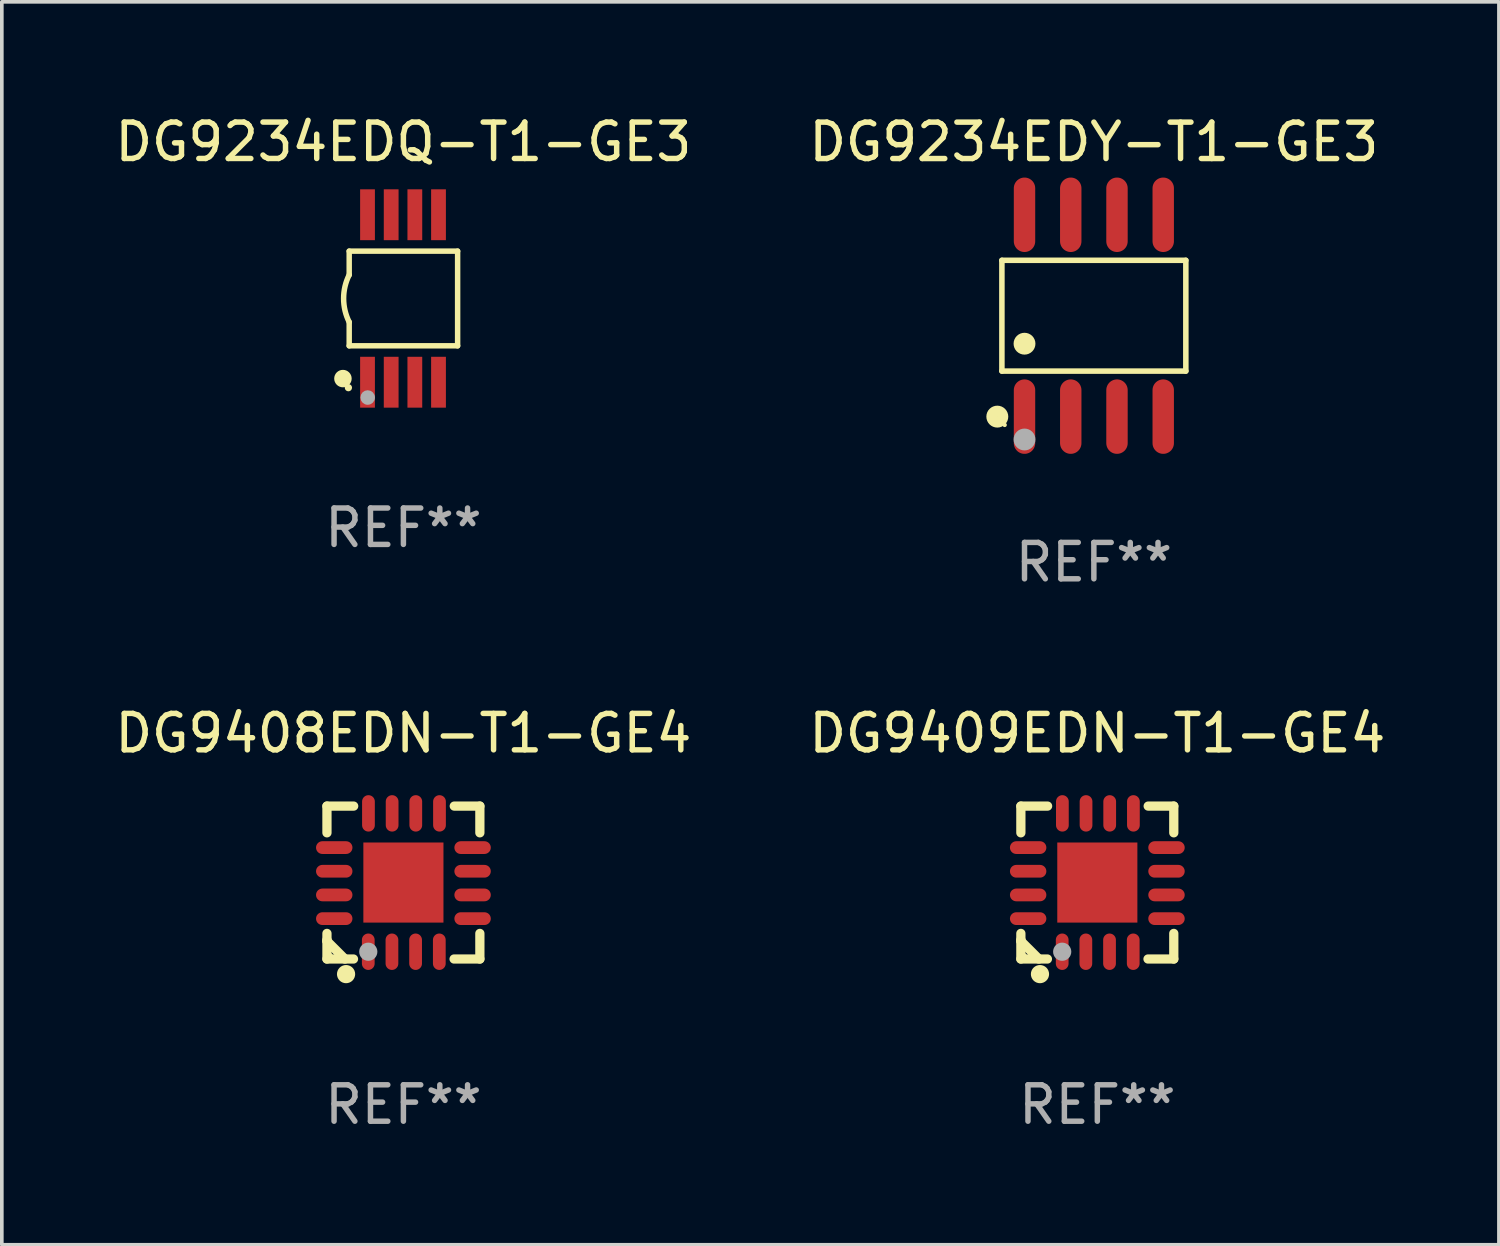
<source format=kicad_pcb>
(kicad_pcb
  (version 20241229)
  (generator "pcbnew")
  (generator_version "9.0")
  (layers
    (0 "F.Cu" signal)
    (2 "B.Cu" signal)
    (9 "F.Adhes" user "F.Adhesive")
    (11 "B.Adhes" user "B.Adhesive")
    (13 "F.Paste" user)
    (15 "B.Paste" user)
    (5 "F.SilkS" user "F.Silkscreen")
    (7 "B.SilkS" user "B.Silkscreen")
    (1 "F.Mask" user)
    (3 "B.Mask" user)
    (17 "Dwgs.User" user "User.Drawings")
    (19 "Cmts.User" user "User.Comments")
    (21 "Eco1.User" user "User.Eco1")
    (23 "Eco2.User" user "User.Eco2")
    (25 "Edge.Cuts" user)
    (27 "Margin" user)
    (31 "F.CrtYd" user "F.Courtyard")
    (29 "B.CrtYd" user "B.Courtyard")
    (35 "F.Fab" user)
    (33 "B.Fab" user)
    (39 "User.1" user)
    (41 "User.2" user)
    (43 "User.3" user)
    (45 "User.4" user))
  (footprint "DG9408EDN-T1-GE4"
    (layer "F.Cu")
    (at 8.03 21.19)
    (property "Reference" "DG9408EDN-T1-GE4" (at 0 -4.1 0) (layer "F.SilkS") (effects (font (size 1 1) (thickness 0.15))))
    (attr through_hole)
    (fp_line (start -2.1 -2.1) (end -1.366 -2.1) (stroke (width 0.254) (type solid)) (layer "F.SilkS"))
    (fp_line (start -2.1 -1.366) (end -2.1 -2.1) (stroke (width 0.254) (type solid)) (layer "F.SilkS"))
    (fp_line (start -2.1 1.572) (end -2.1 1.607) (stroke (width 0.254) (type solid)) (layer "F.SilkS"))
    (fp_line (start -2.1 1.607) (end -1.607 2.1) (stroke (width 0.254) (type solid)) (layer "F.SilkS"))
    (fp_line (start -2.1 2.1) (end -2.1 1.397) (stroke (width 0.254) (type solid)) (layer "F.SilkS"))
    (fp_line (start -2.1 2.1) (end -1.371 2.1) (stroke (width 0.254) (type solid)) (layer "F.SilkS"))
    (fp_line (start 1.392 2.1) (end 2.1 2.1) (stroke (width 0.254) (type solid)) (layer "F.SilkS"))
    (fp_line (start 1.397 -2.1) (end 2.1 -2.1) (stroke (width 0.254) (type solid)) (layer "F.SilkS"))
    (fp_line (start 2.1 -1.366) (end 2.1 -2.1) (stroke (width 0.254) (type solid)) (layer "F.SilkS"))
    (fp_line (start 2.1 2.1) (end 2.1 1.397) (stroke (width 0.254) (type solid)) (layer "F.SilkS"))
    (fp_circle (center -2 2) (end -1.97 2) (stroke (width 0.06) (type solid)) (fill no) (layer "F.SilkS"))
    (fp_circle (center -1.575 2.515) (end -1.45 2.515) (stroke (width 0.25) (type solid)) (fill no) (layer "F.SilkS"))
    (fp_circle (center -0.965 1.9) (end -0.84 1.9) (stroke (width 0.25) (type solid)) (fill no) (layer "F.Fab"))
    (fp_text user "REF**" (at 0 6.1 0) (layer "F.Fab") (effects (font (size 1 1) (thickness 0.15))))
    (pad "1" smd oval (at -0.965 1.9) (size 0.35 1) (layers "F.Cu" "F.Mask" "F.Paste"))
    (pad "2" smd oval (at -0.315 1.9) (size 0.35 1) (layers "F.Cu" "F.Mask" "F.Paste"))
    (pad "3" smd oval (at 0.335 1.9) (size 0.35 1) (layers "F.Cu" "F.Mask" "F.Paste"))
    (pad "4" smd oval (at 0.986 1.9) (size 0.35 1) (layers "F.Cu" "F.Mask" "F.Paste"))
    (pad "5" smd oval (at 1.9 0.991) (size 1 0.35) (layers "F.Cu" "F.Mask" "F.Paste"))
    (pad "6" smd oval (at 1.9 0.34) (size 1 0.35) (layers "F.Cu" "F.Mask" "F.Paste"))
    (pad "7" smd oval (at 1.9 -0.31) (size 1 0.35) (layers "F.Cu" "F.Mask" "F.Paste"))
    (pad "8" smd oval (at 1.9 -0.96) (size 1 0.35) (layers "F.Cu" "F.Mask" "F.Paste"))
    (pad "9" smd oval (at 0.991 -1.9) (size 0.35 1) (layers "F.Cu" "F.Mask" "F.Paste"))
    (pad "10" smd oval (at 0.34 -1.9) (size 0.35 1) (layers "F.Cu" "F.Mask" "F.Paste"))
    (pad "11" smd oval (at -0.31 -1.9) (size 0.35 1) (layers "F.Cu" "F.Mask" "F.Paste"))
    (pad "12" smd oval (at -0.96 -1.9) (size 0.35 1) (layers "F.Cu" "F.Mask" "F.Paste"))
    (pad "13" smd oval (at -1.9 -0.96) (size 1 0.35) (layers "F.Cu" "F.Mask" "F.Paste"))
    (pad "14" smd oval (at -1.9 -0.31) (size 1 0.35) (layers "F.Cu" "F.Mask" "F.Paste"))
    (pad "15" smd oval (at -1.9 0.34) (size 1 0.35) (layers "F.Cu" "F.Mask" "F.Paste"))
    (pad "16" smd oval (at -1.9 0.991) (size 1 0.35) (layers "F.Cu" "F.Mask" "F.Paste"))
    (pad "17" smd rect (at 0 0) (size 2.2 2.2) (layers "F.Cu" "F.Mask" "F.Paste")))
  (footprint "DG9234EDQ-T1-GE3"
    (layer "F.Cu")
    (at 8.03 5.148)
    (property "Reference" "DG9234EDQ-T1-GE3" (at 0 -4.3 0) (layer "F.SilkS") (effects (font (size 1 1) (thickness 0.15))))
    (attr through_hole)
    (fp_line (start -1.489 -1.3) (end -1.489 -0.648) (stroke (width 0.15) (type solid)) (layer "F.SilkS"))
    (fp_line (start -1.489 0.648) (end -1.489 1.3) (stroke (width 0.15) (type solid)) (layer "F.SilkS"))
    (fp_line (start -1.489 1.3) (end 1.489 1.3) (stroke (width 0.15) (type solid)) (layer "F.SilkS"))
    (fp_line (start 1.489 -1.3) (end -1.489 -1.3) (stroke (width 0.15) (type solid)) (layer "F.SilkS"))
    (fp_line (start 1.489 1.3) (end 1.489 -1.3) (stroke (width 0.15) (type solid)) (layer "F.SilkS"))
    (fp_arc (start -1.489205 0.647702) (mid -1.642107 0) (end -1.489205 -0.647701) (stroke (width 0.150013) (type solid)) (layer "F.SilkS"))
    (fp_circle (center -1.661 2.2) (end -1.541 2.2) (stroke (width 0.24) (type solid)) (fill no) (layer "F.SilkS"))
    (fp_circle (center -1.511 2.45) (end -1.461 2.45) (stroke (width 0.1) (type solid)) (fill no) (layer "F.SilkS"))
    (fp_circle (center -0.981 2.72) (end -0.881 2.72) (stroke (width 0.2) (type solid)) (fill no) (layer "F.Fab"))
    (fp_text user "REF**" (at 0 6.3 0) (layer "F.Fab") (effects (font (size 1 1) (thickness 0.15))))
    (pad "1" smd rect (at -0.986 2.3) (size 0.406 1.397) (layers "F.Cu" "F.Mask" "F.Paste"))
    (pad "2" smd rect (at -0.336 2.3) (size 0.406 1.397) (layers "F.Cu" "F.Mask" "F.Paste"))
    (pad "3" smd rect (at 0.314 2.3) (size 0.406 1.397) (layers "F.Cu" "F.Mask" "F.Paste"))
    (pad "4" smd rect (at 0.964 2.3) (size 0.406 1.397) (layers "F.Cu" "F.Mask" "F.Paste"))
    (pad "5" smd rect (at 0.964 -2.3) (size 0.406 1.397) (layers "F.Cu" "F.Mask" "F.Paste"))
    (pad "6" smd rect (at 0.314 -2.3) (size 0.406 1.397) (layers "F.Cu" "F.Mask" "F.Paste"))
    (pad "7" smd rect (at -0.336 -2.3) (size 0.406 1.397) (layers "F.Cu" "F.Mask" "F.Paste"))
    (pad "8" smd rect (at -0.986 -2.3) (size 0.406 1.397) (layers "F.Cu" "F.Mask" "F.Paste")))
  (footprint "DG9409EDN-T1-GE4"
    (layer "F.Cu")
    (at 27.089 21.19)
    (property "Reference" "DG9409EDN-T1-GE4" (at 0 -4.1 0) (layer "F.SilkS") (effects (font (size 1 1) (thickness 0.15))))
    (attr through_hole)
    (fp_line (start -2.1 -2.1) (end -1.366 -2.1) (stroke (width 0.254) (type solid)) (layer "F.SilkS"))
    (fp_line (start -2.1 -1.366) (end -2.1 -2.1) (stroke (width 0.254) (type solid)) (layer "F.SilkS"))
    (fp_line (start -2.1 1.572) (end -2.1 1.607) (stroke (width 0.254) (type solid)) (layer "F.SilkS"))
    (fp_line (start -2.1 1.607) (end -1.607 2.1) (stroke (width 0.254) (type solid)) (layer "F.SilkS"))
    (fp_line (start -2.1 2.1) (end -2.1 1.397) (stroke (width 0.254) (type solid)) (layer "F.SilkS"))
    (fp_line (start -2.1 2.1) (end -1.371 2.1) (stroke (width 0.254) (type solid)) (layer "F.SilkS"))
    (fp_line (start 1.392 2.1) (end 2.1 2.1) (stroke (width 0.254) (type solid)) (layer "F.SilkS"))
    (fp_line (start 1.397 -2.1) (end 2.1 -2.1) (stroke (width 0.254) (type solid)) (layer "F.SilkS"))
    (fp_line (start 2.1 -1.366) (end 2.1 -2.1) (stroke (width 0.254) (type solid)) (layer "F.SilkS"))
    (fp_line (start 2.1 2.1) (end 2.1 1.397) (stroke (width 0.254) (type solid)) (layer "F.SilkS"))
    (fp_circle (center -2 2) (end -1.97 2) (stroke (width 0.06) (type solid)) (fill no) (layer "F.SilkS"))
    (fp_circle (center -1.575 2.515) (end -1.45 2.515) (stroke (width 0.25) (type solid)) (fill no) (layer "F.SilkS"))
    (fp_circle (center -0.965 1.9) (end -0.84 1.9) (stroke (width 0.25) (type solid)) (fill no) (layer "F.Fab"))
    (fp_text user "REF**" (at 0 6.1 0) (layer "F.Fab") (effects (font (size 1 1) (thickness 0.15))))
    (pad "1" smd oval (at -0.965 1.9) (size 0.35 1) (layers "F.Cu" "F.Mask" "F.Paste"))
    (pad "2" smd oval (at -0.315 1.9) (size 0.35 1) (layers "F.Cu" "F.Mask" "F.Paste"))
    (pad "3" smd oval (at 0.335 1.9) (size 0.35 1) (layers "F.Cu" "F.Mask" "F.Paste"))
    (pad "4" smd oval (at 0.986 1.9) (size 0.35 1) (layers "F.Cu" "F.Mask" "F.Paste"))
    (pad "5" smd oval (at 1.9 0.991) (size 1 0.35) (layers "F.Cu" "F.Mask" "F.Paste"))
    (pad "6" smd oval (at 1.9 0.34) (size 1 0.35) (layers "F.Cu" "F.Mask" "F.Paste"))
    (pad "7" smd oval (at 1.9 -0.31) (size 1 0.35) (layers "F.Cu" "F.Mask" "F.Paste"))
    (pad "8" smd oval (at 1.9 -0.96) (size 1 0.35) (layers "F.Cu" "F.Mask" "F.Paste"))
    (pad "9" smd oval (at 0.991 -1.9) (size 0.35 1) (layers "F.Cu" "F.Mask" "F.Paste"))
    (pad "10" smd oval (at 0.34 -1.9) (size 0.35 1) (layers "F.Cu" "F.Mask" "F.Paste"))
    (pad "11" smd oval (at -0.31 -1.9) (size 0.35 1) (layers "F.Cu" "F.Mask" "F.Paste"))
    (pad "12" smd oval (at -0.96 -1.9) (size 0.35 1) (layers "F.Cu" "F.Mask" "F.Paste"))
    (pad "13" smd oval (at -1.9 -0.96) (size 1 0.35) (layers "F.Cu" "F.Mask" "F.Paste"))
    (pad "14" smd oval (at -1.9 -0.31) (size 1 0.35) (layers "F.Cu" "F.Mask" "F.Paste"))
    (pad "15" smd oval (at -1.9 0.34) (size 1 0.35) (layers "F.Cu" "F.Mask" "F.Paste"))
    (pad "16" smd oval (at -1.9 0.991) (size 1 0.35) (layers "F.Cu" "F.Mask" "F.Paste"))
    (pad "17" smd rect (at 0 0) (size 2.2 2.2) (layers "F.Cu" "F.Mask" "F.Paste")))
  (footprint "DG9234EDY-T1-GE3"
    (layer "F.Cu")
    (at 26.994 5.621)
    (property "Reference" "DG9234EDY-T1-GE3" (at 0 -4.772 0) (layer "F.SilkS") (effects (font (size 1 1) (thickness 0.15))))
    (attr through_hole)
    (fp_line (start -2.526 -1.521) (end 2.526 -1.521) (stroke (width 0.152) (type solid)) (layer "F.SilkS"))
    (fp_line (start -2.526 1.521) (end -2.526 -1.521) (stroke (width 0.152) (type solid)) (layer "F.SilkS"))
    (fp_line (start 2.526 -1.521) (end 2.526 1.521) (stroke (width 0.152) (type solid)) (layer "F.SilkS"))
    (fp_line (start 2.526 1.521) (end -2.526 1.521) (stroke (width 0.152) (type solid)) (layer "F.SilkS"))
    (fp_circle (center -2.652 2.772) (end -2.501 2.772) (stroke (width 0.3) (type solid)) (fill no) (layer "F.SilkS"))
    (fp_circle (center -2.45 3) (end -2.42 3) (stroke (width 0.06) (type solid)) (fill no) (layer "F.SilkS"))
    (fp_circle (center -1.905 0.769) (end -1.755 0.769) (stroke (width 0.3) (type solid)) (fill no) (layer "F.SilkS"))
    (fp_circle (center -1.905 3.4) (end -1.755 3.4) (stroke (width 0.3) (type solid)) (fill no) (layer "F.Fab"))
    (fp_text user "REF**" (at 0 6.772 0) (layer "F.Fab") (effects (font (size 1 1) (thickness 0.15))))
    (pad "1" smd oval (at -1.905 2.772) (size 0.588 2.045) (layers "F.Cu" "F.Mask" "F.Paste"))
    (pad "2" smd oval (at -0.635 2.772) (size 0.588 2.045) (layers "F.Cu" "F.Mask" "F.Paste"))
    (pad "3" smd oval (at 0.635 2.772) (size 0.588 2.045) (layers "F.Cu" "F.Mask" "F.Paste"))
    (pad "4" smd oval (at 1.905 2.772) (size 0.588 2.045) (layers "F.Cu" "F.Mask" "F.Paste"))
    (pad "5" smd oval (at 1.905 -2.772) (size 0.588 2.045) (layers "F.Cu" "F.Mask" "F.Paste"))
    (pad "6" smd oval (at 0.635 -2.772) (size 0.588 2.045) (layers "F.Cu" "F.Mask" "F.Paste"))
    (pad "7" smd oval (at -0.635 -2.772) (size 0.588 2.045) (layers "F.Cu" "F.Mask" "F.Paste"))
    (pad "8" smd oval (at -1.905 -2.772) (size 0.588 2.045) (layers "F.Cu" "F.Mask" "F.Paste")))
  (gr_rect
    (start -3 -3)
    (end 38.119 31.138)
    (stroke (width 0.1) (type default))
    (fill no)
    (layer "Edge.Cuts")))
</source>
